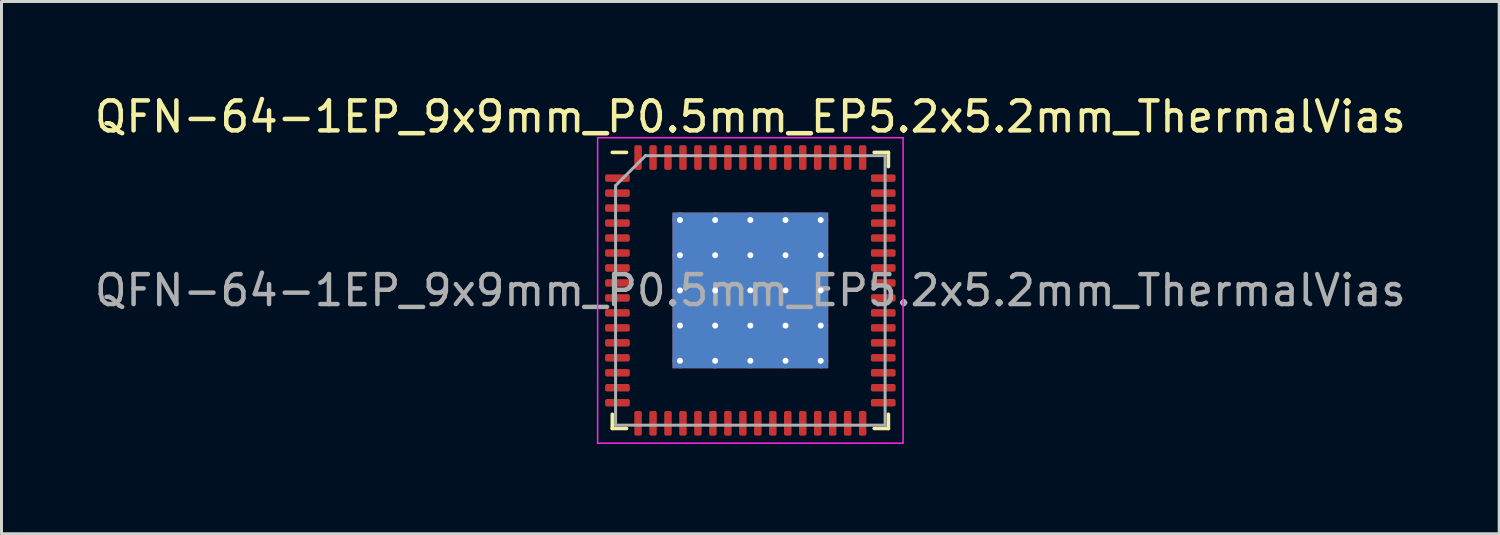
<source format=kicad_pcb>
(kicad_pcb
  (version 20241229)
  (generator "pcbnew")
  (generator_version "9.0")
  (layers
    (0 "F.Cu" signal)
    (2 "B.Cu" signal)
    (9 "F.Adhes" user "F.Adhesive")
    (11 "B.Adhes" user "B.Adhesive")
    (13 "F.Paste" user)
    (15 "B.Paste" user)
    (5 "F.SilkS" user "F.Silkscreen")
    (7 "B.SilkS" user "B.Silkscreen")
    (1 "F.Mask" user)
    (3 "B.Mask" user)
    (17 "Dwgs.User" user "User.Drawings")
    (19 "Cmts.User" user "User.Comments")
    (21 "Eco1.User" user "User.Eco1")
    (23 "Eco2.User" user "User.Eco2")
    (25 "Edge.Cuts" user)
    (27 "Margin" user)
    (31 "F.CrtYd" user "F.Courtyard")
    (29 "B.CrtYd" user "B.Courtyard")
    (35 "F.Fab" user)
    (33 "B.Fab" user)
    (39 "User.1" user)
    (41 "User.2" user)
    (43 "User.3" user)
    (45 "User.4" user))
  (footprint "QFN-64-1EP_9x9mm_P0.5mm_EP5.2x5.2mm_ThermalVias"
    (layer "F.Cu")
    (at 22.006 6.648)
    (property "Reference" "QFN-64-1EP_9x9mm_P0.5mm_EP5.2x5.2mm_ThermalVias" (at 0 -5.8 0) (layer "F.SilkS") (effects (font (size 1 1) (thickness 0.15))))
    (attr smd)
    (fp_line (start -4.61 4.61) (end -4.61 4.135) (stroke (width 0.12) (type solid)) (layer "F.SilkS"))
    (fp_line (start -4.135 -4.61) (end -4.61 -4.61) (stroke (width 0.12) (type solid)) (layer "F.SilkS"))
    (fp_line (start -4.135 4.61) (end -4.61 4.61) (stroke (width 0.12) (type solid)) (layer "F.SilkS"))
    (fp_line (start 4.135 -4.61) (end 4.61 -4.61) (stroke (width 0.12) (type solid)) (layer "F.SilkS"))
    (fp_line (start 4.135 4.61) (end 4.61 4.61) (stroke (width 0.12) (type solid)) (layer "F.SilkS"))
    (fp_line (start 4.61 -4.61) (end 4.61 -4.135) (stroke (width 0.12) (type solid)) (layer "F.SilkS"))
    (fp_line (start 4.61 4.61) (end 4.61 4.135) (stroke (width 0.12) (type solid)) (layer "F.SilkS"))
    (fp_line (start -5.1 -5.1) (end -5.1 5.1) (stroke (width 0.05) (type solid)) (layer "F.CrtYd"))
    (fp_line (start -5.1 5.1) (end 5.1 5.1) (stroke (width 0.05) (type solid)) (layer "F.CrtYd"))
    (fp_line (start 5.1 -5.1) (end -5.1 -5.1) (stroke (width 0.05) (type solid)) (layer "F.CrtYd"))
    (fp_line (start 5.1 5.1) (end 5.1 -5.1) (stroke (width 0.05) (type solid)) (layer "F.CrtYd"))
    (fp_line (start -4.5 -3.5) (end -3.5 -4.5) (stroke (width 0.1) (type solid)) (layer "F.Fab"))
    (fp_line (start -4.5 4.5) (end -4.5 -3.5) (stroke (width 0.1) (type solid)) (layer "F.Fab"))
    (fp_line (start -3.5 -4.5) (end 4.5 -4.5) (stroke (width 0.1) (type solid)) (layer "F.Fab"))
    (fp_line (start 4.5 -4.5) (end 4.5 4.5) (stroke (width 0.1) (type solid)) (layer "F.Fab"))
    (fp_line (start 4.5 4.5) (end -4.5 4.5) (stroke (width 0.1) (type solid)) (layer "F.Fab"))
    (fp_text user "${REFERENCE}" (at 0 0 0) (layer "F.Fab") (effects (font (size 1 1) (thickness 0.15))))
    (pad "" smd roundrect (at -1.762 -1.762) (size 1.007 1.007) (layers "F.Paste") (roundrect_rratio 0.248))
    (pad "" smd roundrect (at -1.762 -0.588) (size 1.007 1.007) (layers "F.Paste") (roundrect_rratio 0.248))
    (pad "" smd roundrect (at -1.762 0.588) (size 1.007 1.007) (layers "F.Paste") (roundrect_rratio 0.248))
    (pad "" smd roundrect (at -1.762 1.762) (size 1.007 1.007) (layers "F.Paste") (roundrect_rratio 0.248))
    (pad "" smd roundrect (at -0.588 -1.762) (size 1.007 1.007) (layers "F.Paste") (roundrect_rratio 0.248))
    (pad "" smd roundrect (at -0.588 -0.588) (size 1.007 1.007) (layers "F.Paste") (roundrect_rratio 0.248))
    (pad "" smd roundrect (at -0.588 0.588) (size 1.007 1.007) (layers "F.Paste") (roundrect_rratio 0.248))
    (pad "" smd roundrect (at -0.588 1.762) (size 1.007 1.007) (layers "F.Paste") (roundrect_rratio 0.248))
    (pad "" smd roundrect (at 0.588 -1.762) (size 1.007 1.007) (layers "F.Paste") (roundrect_rratio 0.248))
    (pad "" smd roundrect (at 0.588 -0.588) (size 1.007 1.007) (layers "F.Paste") (roundrect_rratio 0.248))
    (pad "" smd roundrect (at 0.588 0.588) (size 1.007 1.007) (layers "F.Paste") (roundrect_rratio 0.248))
    (pad "" smd roundrect (at 0.588 1.762) (size 1.007 1.007) (layers "F.Paste") (roundrect_rratio 0.248))
    (pad "" smd roundrect (at 1.762 -1.762) (size 1.007 1.007) (layers "F.Paste") (roundrect_rratio 0.248))
    (pad "" smd roundrect (at 1.762 -0.588) (size 1.007 1.007) (layers "F.Paste") (roundrect_rratio 0.248))
    (pad "" smd roundrect (at 1.762 0.588) (size 1.007 1.007) (layers "F.Paste") (roundrect_rratio 0.248))
    (pad "" smd roundrect (at 1.762 1.762) (size 1.007 1.007) (layers "F.Paste") (roundrect_rratio 0.248))
    (pad "1" smd roundrect (at -4.438 -3.75) (size 0.825 0.25) (layers "F.Cu" "F.Mask" "F.Paste") (roundrect_rratio 0.25))
    (pad "2" smd roundrect (at -4.438 -3.25) (size 0.825 0.25) (layers "F.Cu" "F.Mask" "F.Paste") (roundrect_rratio 0.25))
    (pad "3" smd roundrect (at -4.438 -2.75) (size 0.825 0.25) (layers "F.Cu" "F.Mask" "F.Paste") (roundrect_rratio 0.25))
    (pad "4" smd roundrect (at -4.438 -2.25) (size 0.825 0.25) (layers "F.Cu" "F.Mask" "F.Paste") (roundrect_rratio 0.25))
    (pad "5" smd roundrect (at -4.438 -1.75) (size 0.825 0.25) (layers "F.Cu" "F.Mask" "F.Paste") (roundrect_rratio 0.25))
    (pad "6" smd roundrect (at -4.438 -1.25) (size 0.825 0.25) (layers "F.Cu" "F.Mask" "F.Paste") (roundrect_rratio 0.25))
    (pad "7" smd roundrect (at -4.438 -0.75) (size 0.825 0.25) (layers "F.Cu" "F.Mask" "F.Paste") (roundrect_rratio 0.25))
    (pad "8" smd roundrect (at -4.438 -0.25) (size 0.825 0.25) (layers "F.Cu" "F.Mask" "F.Paste") (roundrect_rratio 0.25))
    (pad "9" smd roundrect (at -4.438 0.25) (size 0.825 0.25) (layers "F.Cu" "F.Mask" "F.Paste") (roundrect_rratio 0.25))
    (pad "10" smd roundrect (at -4.438 0.75) (size 0.825 0.25) (layers "F.Cu" "F.Mask" "F.Paste") (roundrect_rratio 0.25))
    (pad "11" smd roundrect (at -4.438 1.25) (size 0.825 0.25) (layers "F.Cu" "F.Mask" "F.Paste") (roundrect_rratio 0.25))
    (pad "12" smd roundrect (at -4.438 1.75) (size 0.825 0.25) (layers "F.Cu" "F.Mask" "F.Paste") (roundrect_rratio 0.25))
    (pad "13" smd roundrect (at -4.438 2.25) (size 0.825 0.25) (layers "F.Cu" "F.Mask" "F.Paste") (roundrect_rratio 0.25))
    (pad "14" smd roundrect (at -4.438 2.75) (size 0.825 0.25) (layers "F.Cu" "F.Mask" "F.Paste") (roundrect_rratio 0.25))
    (pad "15" smd roundrect (at -4.438 3.25) (size 0.825 0.25) (layers "F.Cu" "F.Mask" "F.Paste") (roundrect_rratio 0.25))
    (pad "16" smd roundrect (at -4.438 3.75) (size 0.825 0.25) (layers "F.Cu" "F.Mask" "F.Paste") (roundrect_rratio 0.25))
    (pad "17" smd roundrect (at -3.75 4.438) (size 0.25 0.825) (layers "F.Cu" "F.Mask" "F.Paste") (roundrect_rratio 0.25))
    (pad "18" smd roundrect (at -3.25 4.438) (size 0.25 0.825) (layers "F.Cu" "F.Mask" "F.Paste") (roundrect_rratio 0.25))
    (pad "19" smd roundrect (at -2.75 4.438) (size 0.25 0.825) (layers "F.Cu" "F.Mask" "F.Paste") (roundrect_rratio 0.25))
    (pad "20" smd roundrect (at -2.25 4.438) (size 0.25 0.825) (layers "F.Cu" "F.Mask" "F.Paste") (roundrect_rratio 0.25))
    (pad "21" smd roundrect (at -1.75 4.438) (size 0.25 0.825) (layers "F.Cu" "F.Mask" "F.Paste") (roundrect_rratio 0.25))
    (pad "22" smd roundrect (at -1.25 4.438) (size 0.25 0.825) (layers "F.Cu" "F.Mask" "F.Paste") (roundrect_rratio 0.25))
    (pad "23" smd roundrect (at -0.75 4.438) (size 0.25 0.825) (layers "F.Cu" "F.Mask" "F.Paste") (roundrect_rratio 0.25))
    (pad "24" smd roundrect (at -0.25 4.438) (size 0.25 0.825) (layers "F.Cu" "F.Mask" "F.Paste") (roundrect_rratio 0.25))
    (pad "25" smd roundrect (at 0.25 4.438) (size 0.25 0.825) (layers "F.Cu" "F.Mask" "F.Paste") (roundrect_rratio 0.25))
    (pad "26" smd roundrect (at 0.75 4.438) (size 0.25 0.825) (layers "F.Cu" "F.Mask" "F.Paste") (roundrect_rratio 0.25))
    (pad "27" smd roundrect (at 1.25 4.438) (size 0.25 0.825) (layers "F.Cu" "F.Mask" "F.Paste") (roundrect_rratio 0.25))
    (pad "28" smd roundrect (at 1.75 4.438) (size 0.25 0.825) (layers "F.Cu" "F.Mask" "F.Paste") (roundrect_rratio 0.25))
    (pad "29" smd roundrect (at 2.25 4.438) (size 0.25 0.825) (layers "F.Cu" "F.Mask" "F.Paste") (roundrect_rratio 0.25))
    (pad "30" smd roundrect (at 2.75 4.438) (size 0.25 0.825) (layers "F.Cu" "F.Mask" "F.Paste") (roundrect_rratio 0.25))
    (pad "31" smd roundrect (at 3.25 4.438) (size 0.25 0.825) (layers "F.Cu" "F.Mask" "F.Paste") (roundrect_rratio 0.25))
    (pad "32" smd roundrect (at 3.75 4.438) (size 0.25 0.825) (layers "F.Cu" "F.Mask" "F.Paste") (roundrect_rratio 0.25))
    (pad "33" smd roundrect (at 4.438 3.75) (size 0.825 0.25) (layers "F.Cu" "F.Mask" "F.Paste") (roundrect_rratio 0.25))
    (pad "34" smd roundrect (at 4.438 3.25) (size 0.825 0.25) (layers "F.Cu" "F.Mask" "F.Paste") (roundrect_rratio 0.25))
    (pad "35" smd roundrect (at 4.438 2.75) (size 0.825 0.25) (layers "F.Cu" "F.Mask" "F.Paste") (roundrect_rratio 0.25))
    (pad "36" smd roundrect (at 4.438 2.25) (size 0.825 0.25) (layers "F.Cu" "F.Mask" "F.Paste") (roundrect_rratio 0.25))
    (pad "37" smd roundrect (at 4.438 1.75) (size 0.825 0.25) (layers "F.Cu" "F.Mask" "F.Paste") (roundrect_rratio 0.25))
    (pad "38" smd roundrect (at 4.438 1.25) (size 0.825 0.25) (layers "F.Cu" "F.Mask" "F.Paste") (roundrect_rratio 0.25))
    (pad "39" smd roundrect (at 4.438 0.75) (size 0.825 0.25) (layers "F.Cu" "F.Mask" "F.Paste") (roundrect_rratio 0.25))
    (pad "40" smd roundrect (at 4.438 0.25) (size 0.825 0.25) (layers "F.Cu" "F.Mask" "F.Paste") (roundrect_rratio 0.25))
    (pad "41" smd roundrect (at 4.438 -0.25) (size 0.825 0.25) (layers "F.Cu" "F.Mask" "F.Paste") (roundrect_rratio 0.25))
    (pad "42" smd roundrect (at 4.438 -0.75) (size 0.825 0.25) (layers "F.Cu" "F.Mask" "F.Paste") (roundrect_rratio 0.25))
    (pad "43" smd roundrect (at 4.438 -1.25) (size 0.825 0.25) (layers "F.Cu" "F.Mask" "F.Paste") (roundrect_rratio 0.25))
    (pad "44" smd roundrect (at 4.438 -1.75) (size 0.825 0.25) (layers "F.Cu" "F.Mask" "F.Paste") (roundrect_rratio 0.25))
    (pad "45" smd roundrect (at 4.438 -2.25) (size 0.825 0.25) (layers "F.Cu" "F.Mask" "F.Paste") (roundrect_rratio 0.25))
    (pad "46" smd roundrect (at 4.438 -2.75) (size 0.825 0.25) (layers "F.Cu" "F.Mask" "F.Paste") (roundrect_rratio 0.25))
    (pad "47" smd roundrect (at 4.438 -3.25) (size 0.825 0.25) (layers "F.Cu" "F.Mask" "F.Paste") (roundrect_rratio 0.25))
    (pad "48" smd roundrect (at 4.438 -3.75) (size 0.825 0.25) (layers "F.Cu" "F.Mask" "F.Paste") (roundrect_rratio 0.25))
    (pad "49" smd roundrect (at 3.75 -4.438) (size 0.25 0.825) (layers "F.Cu" "F.Mask" "F.Paste") (roundrect_rratio 0.25))
    (pad "50" smd roundrect (at 3.25 -4.438) (size 0.25 0.825) (layers "F.Cu" "F.Mask" "F.Paste") (roundrect_rratio 0.25))
    (pad "51" smd roundrect (at 2.75 -4.438) (size 0.25 0.825) (layers "F.Cu" "F.Mask" "F.Paste") (roundrect_rratio 0.25))
    (pad "52" smd roundrect (at 2.25 -4.438) (size 0.25 0.825) (layers "F.Cu" "F.Mask" "F.Paste") (roundrect_rratio 0.25))
    (pad "53" smd roundrect (at 1.75 -4.438) (size 0.25 0.825) (layers "F.Cu" "F.Mask" "F.Paste") (roundrect_rratio 0.25))
    (pad "54" smd roundrect (at 1.25 -4.438) (size 0.25 0.825) (layers "F.Cu" "F.Mask" "F.Paste") (roundrect_rratio 0.25))
    (pad "55" smd roundrect (at 0.75 -4.438) (size 0.25 0.825) (layers "F.Cu" "F.Mask" "F.Paste") (roundrect_rratio 0.25))
    (pad "56" smd roundrect (at 0.25 -4.438) (size 0.25 0.825) (layers "F.Cu" "F.Mask" "F.Paste") (roundrect_rratio 0.25))
    (pad "57" smd roundrect (at -0.25 -4.438) (size 0.25 0.825) (layers "F.Cu" "F.Mask" "F.Paste") (roundrect_rratio 0.25))
    (pad "58" smd roundrect (at -0.75 -4.438) (size 0.25 0.825) (layers "F.Cu" "F.Mask" "F.Paste") (roundrect_rratio 0.25))
    (pad "59" smd roundrect (at -1.25 -4.438) (size 0.25 0.825) (layers "F.Cu" "F.Mask" "F.Paste") (roundrect_rratio 0.25))
    (pad "60" smd roundrect (at -1.75 -4.438) (size 0.25 0.825) (layers "F.Cu" "F.Mask" "F.Paste") (roundrect_rratio 0.25))
    (pad "61" smd roundrect (at -2.25 -4.438) (size 0.25 0.825) (layers "F.Cu" "F.Mask" "F.Paste") (roundrect_rratio 0.25))
    (pad "62" smd roundrect (at -2.75 -4.438) (size 0.25 0.825) (layers "F.Cu" "F.Mask" "F.Paste") (roundrect_rratio 0.25))
    (pad "63" smd roundrect (at -3.25 -4.438) (size 0.25 0.825) (layers "F.Cu" "F.Mask" "F.Paste") (roundrect_rratio 0.25))
    (pad "64" smd roundrect (at -3.75 -4.438) (size 0.25 0.825) (layers "F.Cu" "F.Mask" "F.Paste") (roundrect_rratio 0.25))
    (pad "65" thru_hole circle (at -2.35 -2.35) (size 0.5 0.5) (drill 0.2) (layers "*.Cu"))
    (pad "65" thru_hole circle (at -2.35 -1.175) (size 0.5 0.5) (drill 0.2) (layers "*.Cu"))
    (pad "65" thru_hole circle (at -2.35 0) (size 0.5 0.5) (drill 0.2) (layers "*.Cu"))
    (pad "65" thru_hole circle (at -2.35 1.175) (size 0.5 0.5) (drill 0.2) (layers "*.Cu"))
    (pad "65" thru_hole circle (at -2.35 2.35) (size 0.5 0.5) (drill 0.2) (layers "*.Cu"))
    (pad "65" thru_hole circle (at -1.175 -2.35) (size 0.5 0.5) (drill 0.2) (layers "*.Cu"))
    (pad "65" thru_hole circle (at -1.175 -1.175) (size 0.5 0.5) (drill 0.2) (layers "*.Cu"))
    (pad "65" thru_hole circle (at -1.175 0) (size 0.5 0.5) (drill 0.2) (layers "*.Cu"))
    (pad "65" thru_hole circle (at -1.175 1.175) (size 0.5 0.5) (drill 0.2) (layers "*.Cu"))
    (pad "65" thru_hole circle (at -1.175 2.35) (size 0.5 0.5) (drill 0.2) (layers "*.Cu"))
    (pad "65" thru_hole circle (at 0 -2.35) (size 0.5 0.5) (drill 0.2) (layers "*.Cu"))
    (pad "65" thru_hole circle (at 0 -1.175) (size 0.5 0.5) (drill 0.2) (layers "*.Cu"))
    (pad "65" thru_hole circle (at 0 0) (size 0.5 0.5) (drill 0.2) (layers "*.Cu"))
    (pad "65" smd rect (at 0 0) (size 5.2 5.2) (layers "F.Cu" "F.Mask"))
    (pad "65" smd rect (at 0 0) (size 5.2 5.2) (layers "B.Cu"))
    (pad "65" thru_hole circle (at 0 1.175) (size 0.5 0.5) (drill 0.2) (layers "*.Cu"))
    (pad "65" thru_hole circle (at 0 2.35) (size 0.5 0.5) (drill 0.2) (layers "*.Cu"))
    (pad "65" thru_hole circle (at 1.175 -2.35) (size 0.5 0.5) (drill 0.2) (layers "*.Cu"))
    (pad "65" thru_hole circle (at 1.175 -1.175) (size 0.5 0.5) (drill 0.2) (layers "*.Cu"))
    (pad "65" thru_hole circle (at 1.175 0) (size 0.5 0.5) (drill 0.2) (layers "*.Cu"))
    (pad "65" thru_hole circle (at 1.175 1.175) (size 0.5 0.5) (drill 0.2) (layers "*.Cu"))
    (pad "65" thru_hole circle (at 1.175 2.35) (size 0.5 0.5) (drill 0.2) (layers "*.Cu"))
    (pad "65" thru_hole circle (at 2.35 -2.35) (size 0.5 0.5) (drill 0.2) (layers "*.Cu"))
    (pad "65" thru_hole circle (at 2.35 -1.175) (size 0.5 0.5) (drill 0.2) (layers "*.Cu"))
    (pad "65" thru_hole circle (at 2.35 0) (size 0.5 0.5) (drill 0.2) (layers "*.Cu"))
    (pad "65" thru_hole circle (at 2.35 1.175) (size 0.5 0.5) (drill 0.2) (layers "*.Cu"))
    (pad "65" thru_hole circle (at 2.35 2.35) (size 0.5 0.5) (drill 0.2) (layers "*.Cu")))
  (gr_rect
    (start -3 -3)
    (end 47.012 14.773)
    (stroke (width 0.1) (type default))
    (fill no)
    (layer "Edge.Cuts")))
</source>
